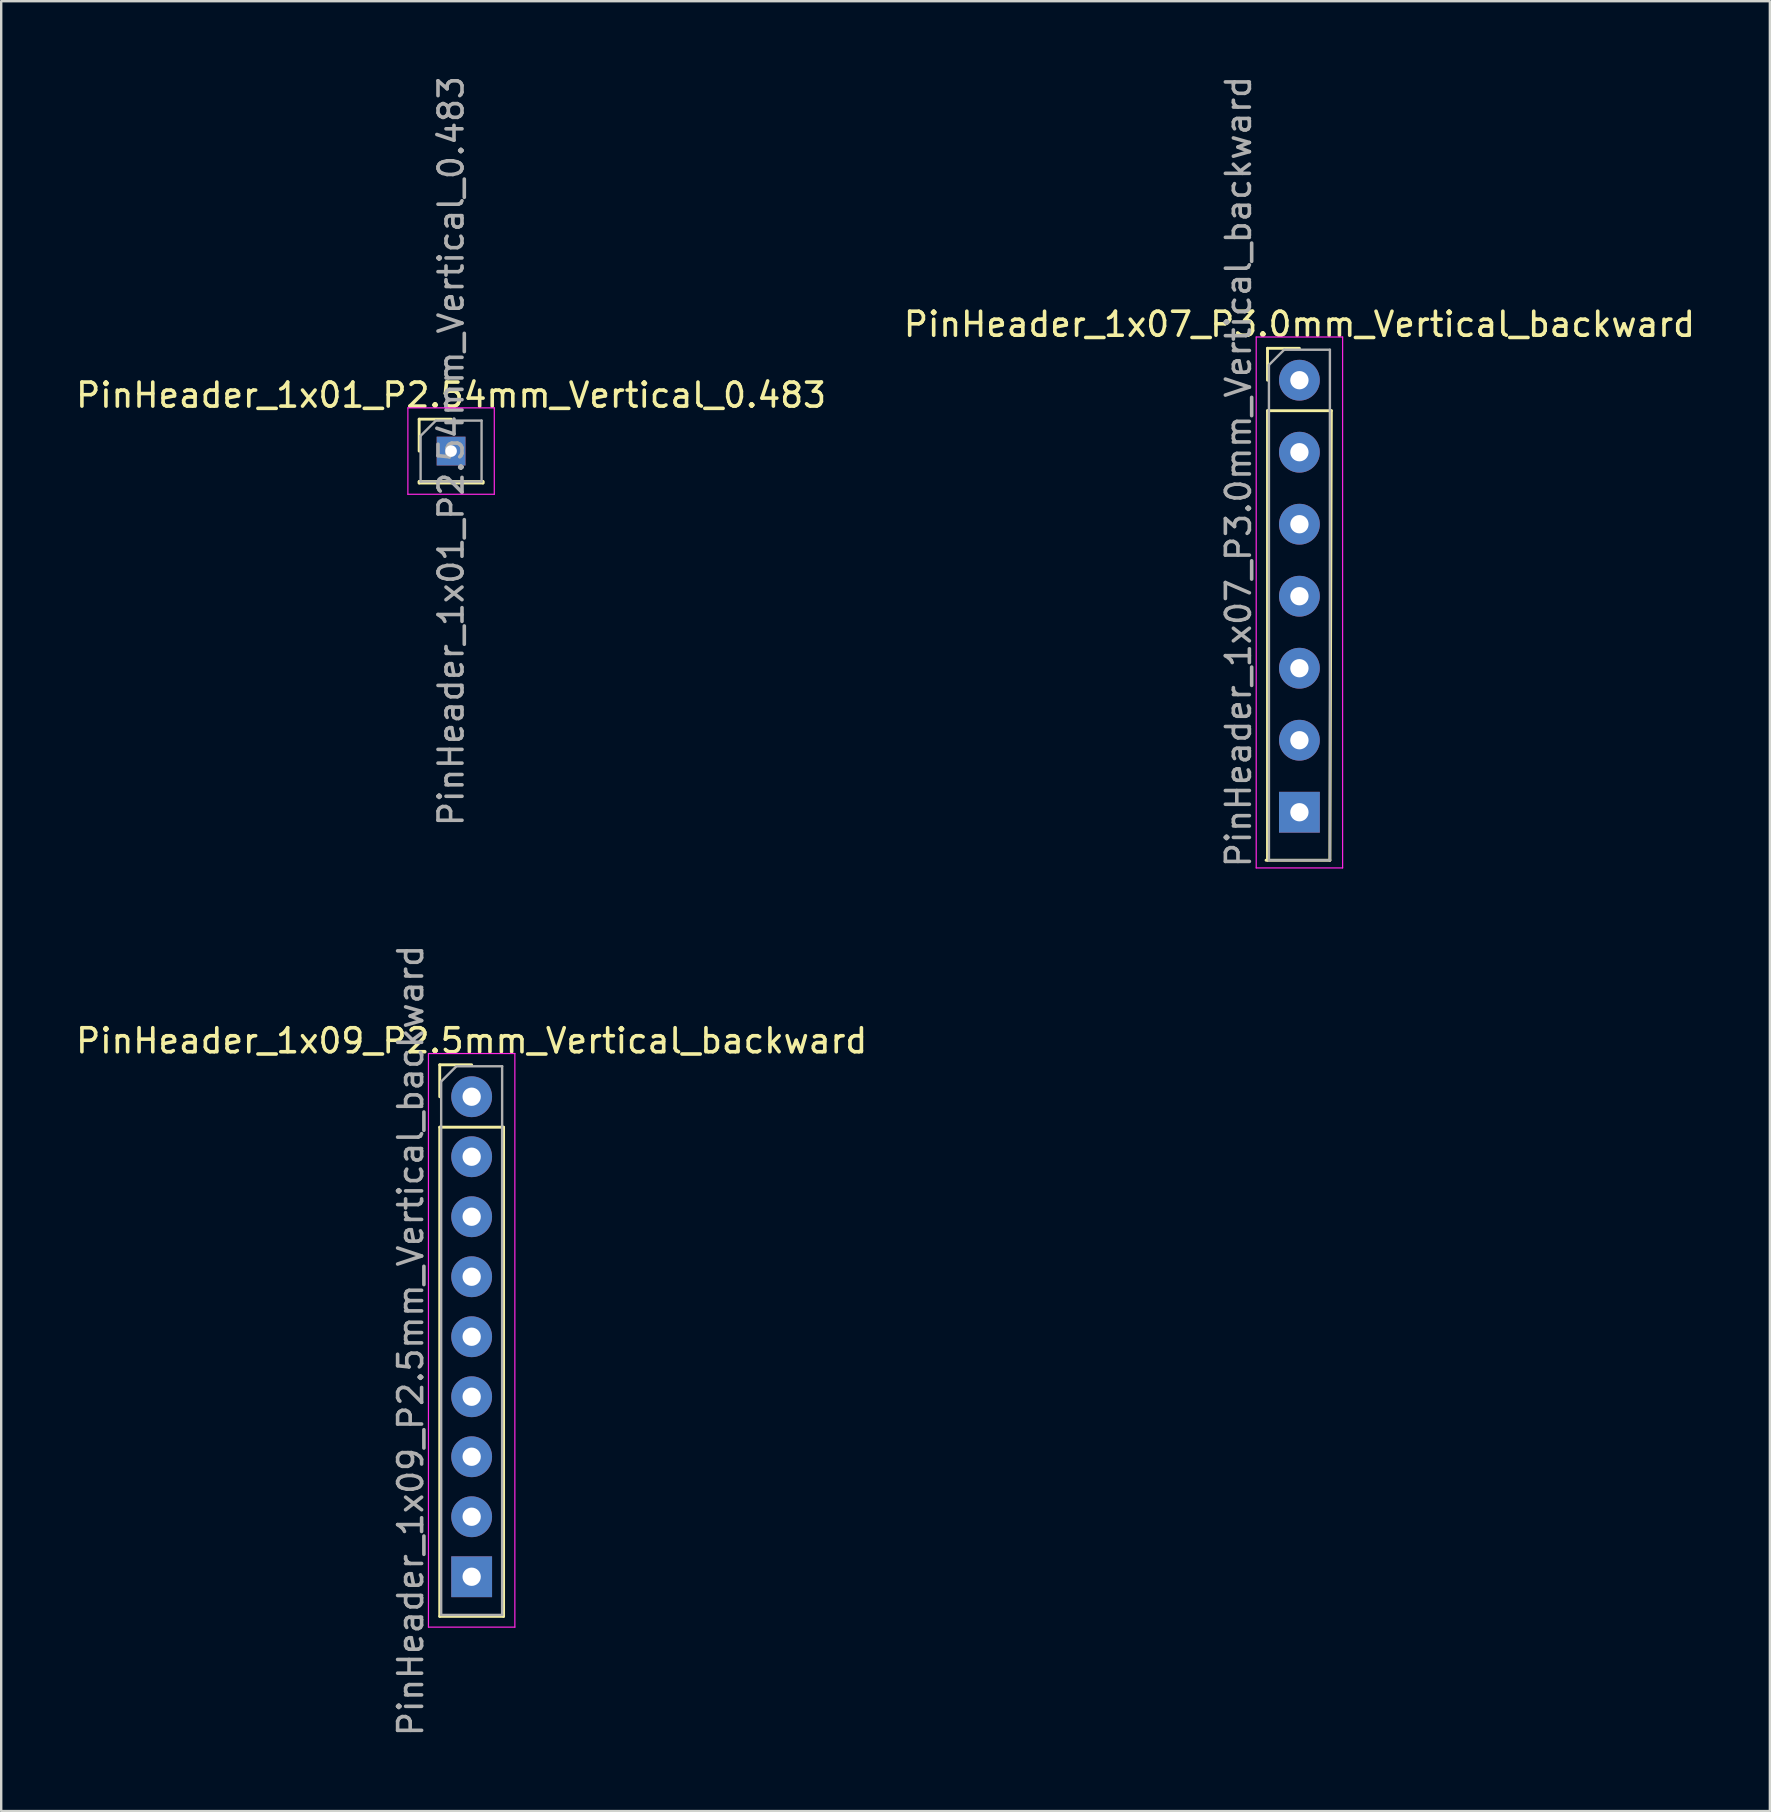
<source format=kicad_pcb>
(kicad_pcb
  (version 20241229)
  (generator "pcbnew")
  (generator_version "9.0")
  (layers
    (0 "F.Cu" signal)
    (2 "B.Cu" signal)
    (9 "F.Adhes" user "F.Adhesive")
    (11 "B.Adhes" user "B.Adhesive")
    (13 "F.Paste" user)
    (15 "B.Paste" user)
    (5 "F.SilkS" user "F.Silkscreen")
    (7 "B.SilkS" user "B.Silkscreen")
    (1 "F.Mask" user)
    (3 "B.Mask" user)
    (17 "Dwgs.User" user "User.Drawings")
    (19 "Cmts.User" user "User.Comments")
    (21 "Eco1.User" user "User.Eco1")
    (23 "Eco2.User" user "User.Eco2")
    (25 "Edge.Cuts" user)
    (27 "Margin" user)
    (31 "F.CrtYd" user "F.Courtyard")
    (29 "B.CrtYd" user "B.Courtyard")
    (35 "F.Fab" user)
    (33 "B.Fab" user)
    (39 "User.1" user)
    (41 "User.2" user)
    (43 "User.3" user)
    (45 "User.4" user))
  (footprint "PinHeader_1x01_P2.54mm_Vertical_0.483"
    (layer "F.Cu")
    (at 15.744 15.744)
    (property "Reference" "PinHeader_1x01_P2.54mm_Vertical_0.483" (at 0 -2.33 0) (layer "F.SilkS") (effects (font (size 1 1) (thickness 0.15))))
    (attr through_hole)
    (fp_line (start -1.33 -1.33) (end 0 -1.33) (stroke (width 0.12) (type solid)) (layer "F.SilkS"))
    (fp_line (start -1.33 0) (end -1.33 -1.33) (stroke (width 0.12) (type solid)) (layer "F.SilkS"))
    (fp_line (start -1.33 1.27) (end -1.33 1.33) (stroke (width 0.12) (type solid)) (layer "F.SilkS"))
    (fp_line (start -1.33 1.27) (end 1.33 1.27) (stroke (width 0.12) (type solid)) (layer "F.SilkS"))
    (fp_line (start -1.33 1.33) (end 1.33 1.33) (stroke (width 0.12) (type solid)) (layer "F.SilkS"))
    (fp_line (start 1.33 1.27) (end 1.33 1.33) (stroke (width 0.12) (type solid)) (layer "F.SilkS"))
    (fp_line (start -1.8 -1.8) (end -1.8 1.8) (stroke (width 0.05) (type solid)) (layer "F.CrtYd"))
    (fp_line (start -1.8 1.8) (end 1.8 1.8) (stroke (width 0.05) (type solid)) (layer "F.CrtYd"))
    (fp_line (start 1.8 -1.8) (end -1.8 -1.8) (stroke (width 0.05) (type solid)) (layer "F.CrtYd"))
    (fp_line (start 1.8 1.8) (end 1.8 -1.8) (stroke (width 0.05) (type solid)) (layer "F.CrtYd"))
    (fp_line (start -1.27 -0.635) (end -0.635 -1.27) (stroke (width 0.1) (type solid)) (layer "F.Fab"))
    (fp_line (start -1.27 1.27) (end -1.27 -0.635) (stroke (width 0.1) (type solid)) (layer "F.Fab"))
    (fp_line (start -0.635 -1.27) (end 1.27 -1.27) (stroke (width 0.1) (type solid)) (layer "F.Fab"))
    (fp_line (start 1.27 -1.27) (end 1.27 1.27) (stroke (width 0.1) (type solid)) (layer "F.Fab"))
    (fp_line (start 1.27 1.27) (end -1.27 1.27) (stroke (width 0.1) (type solid)) (layer "F.Fab"))
    (fp_text user "${REFERENCE}" (at 0 0 90) (layer "F.Fab") (effects (font (size 1 1) (thickness 0.15))))
    (pad "1" thru_hole rect (at 0 0) (size 1.2 1.2) (drill 0.483) (layers "*.Cu" "*.Mask")))
  (footprint "PinHeader_1x07_P3.0mm_Vertical_backward"
    (layer "F.Cu")
    (at 51.089 12.791)
    (property "Reference" "PinHeader_1x07_P3.0mm_Vertical_backward" (at 0 -2.33 0) (layer "F.SilkS") (effects (font (size 1 1) (thickness 0.15))))
    (attr through_hole)
    (fp_line (start -1.39 20) (end 1.27 20) (stroke (width 0.12) (type solid)) (layer "F.SilkS"))
    (fp_line (start -1.33 -1.33) (end 0 -1.33) (stroke (width 0.12) (type solid)) (layer "F.SilkS"))
    (fp_line (start -1.33 0) (end -1.33 -1.33) (stroke (width 0.12) (type solid)) (layer "F.SilkS"))
    (fp_line (start -1.33 1.27) (end -1.33 20) (stroke (width 0.12) (type solid)) (layer "F.SilkS"))
    (fp_line (start -1.33 1.27) (end 1.33 1.27) (stroke (width 0.12) (type solid)) (layer "F.SilkS"))
    (fp_line (start 1.33 1.27) (end 1.27 20) (stroke (width 0.12) (type solid)) (layer "F.SilkS"))
    (fp_line (start -1.8 -1.8) (end -1.8 20.32) (stroke (width 0.05) (type solid)) (layer "F.CrtYd"))
    (fp_line (start -1.8 20.32) (end 1.8 20.32) (stroke (width 0.05) (type solid)) (layer "F.CrtYd"))
    (fp_line (start 1.8 -1.8) (end -1.8 -1.8) (stroke (width 0.05) (type solid)) (layer "F.CrtYd"))
    (fp_line (start 1.8 20.32) (end 1.8 -1.8) (stroke (width 0.05) (type solid)) (layer "F.CrtYd"))
    (fp_line (start -1.27 -0.635) (end -0.635 -1.27) (stroke (width 0.1) (type solid)) (layer "F.Fab"))
    (fp_line (start -1.27 20) (end -1.27 -0.635) (stroke (width 0.1) (type solid)) (layer "F.Fab"))
    (fp_line (start -0.635 -1.27) (end 1.27 -1.27) (stroke (width 0.1) (type solid)) (layer "F.Fab"))
    (fp_line (start 1.27 -1.27) (end 1.27 20) (stroke (width 0.1) (type solid)) (layer "F.Fab"))
    (fp_line (start 1.27 20) (end -1.27 20) (stroke (width 0.1) (type solid)) (layer "F.Fab"))
    (fp_text user "${REFERENCE}" (at -2.54 3.81 90) (layer "F.Fab") (effects (font (size 1 1) (thickness 0.15))))
    (pad "1" thru_hole oval (at 0 0) (size 1.7 1.7) (drill 0.762) (layers "*.Cu" "*.Mask"))
    (pad "2" thru_hole oval (at 0 3) (size 1.7 1.7) (drill 0.762) (layers "*.Cu" "*.Mask"))
    (pad "3" thru_hole oval (at 0 6) (size 1.7 1.7) (drill 0.762) (layers "*.Cu" "*.Mask"))
    (pad "4" thru_hole oval (at 0 9) (size 1.7 1.7) (drill 0.762) (layers "*.Cu" "*.Mask"))
    (pad "5" thru_hole oval (at 0 12) (size 1.7 1.7) (drill 0.762) (layers "*.Cu" "*.Mask"))
    (pad "6" thru_hole oval (at 0 15) (size 1.7 1.7) (drill 0.762) (layers "*.Cu" "*.Mask"))
    (pad "7" thru_hole rect (at 0 18) (size 1.7 1.7) (drill 0.762) (layers "*.Cu" "*.Mask")))
  (footprint "PinHeader_1x09_P2.5mm_Vertical_backward"
    (layer "F.Cu")
    (at 16.601 42.644)
    (property "Reference" "PinHeader_1x09_P2.5mm_Vertical_backward" (at 0 -2.33 0) (layer "F.SilkS") (effects (font (size 1 1) (thickness 0.15))))
    (attr through_hole)
    (fp_line (start -1.33 -1.33) (end 0 -1.33) (stroke (width 0.12) (type solid)) (layer "F.SilkS"))
    (fp_line (start -1.33 0) (end -1.33 -1.33) (stroke (width 0.12) (type solid)) (layer "F.SilkS"))
    (fp_line (start -1.33 1.27) (end -1.33 21.65) (stroke (width 0.12) (type solid)) (layer "F.SilkS"))
    (fp_line (start -1.33 1.27) (end 1.33 1.27) (stroke (width 0.12) (type solid)) (layer "F.SilkS"))
    (fp_line (start -1.33 21.65) (end 1.33 21.65) (stroke (width 0.12) (type solid)) (layer "F.SilkS"))
    (fp_line (start 1.33 1.27) (end 1.33 21.65) (stroke (width 0.12) (type solid)) (layer "F.SilkS"))
    (fp_line (start -1.8 -1.8) (end -1.8 22.1) (stroke (width 0.05) (type solid)) (layer "F.CrtYd"))
    (fp_line (start -1.8 22.1) (end 1.8 22.1) (stroke (width 0.05) (type solid)) (layer "F.CrtYd"))
    (fp_line (start 1.8 -1.8) (end -1.8 -1.8) (stroke (width 0.05) (type solid)) (layer "F.CrtYd"))
    (fp_line (start 1.8 22.1) (end 1.8 -1.8) (stroke (width 0.05) (type solid)) (layer "F.CrtYd"))
    (fp_line (start -1.27 -0.635) (end -0.635 -1.27) (stroke (width 0.1) (type solid)) (layer "F.Fab"))
    (fp_line (start -1.27 21.59) (end -1.27 -0.635) (stroke (width 0.1) (type solid)) (layer "F.Fab"))
    (fp_line (start -0.635 -1.27) (end 1.27 -1.27) (stroke (width 0.1) (type solid)) (layer "F.Fab"))
    (fp_line (start 1.27 -1.27) (end 1.27 21.59) (stroke (width 0.1) (type solid)) (layer "F.Fab"))
    (fp_line (start 1.27 21.59) (end -1.27 21.59) (stroke (width 0.1) (type solid)) (layer "F.Fab"))
    (fp_text user "${REFERENCE}" (at -2.54 10.16 90) (layer "F.Fab") (effects (font (size 1 1) (thickness 0.15))))
    (pad "1" thru_hole oval (at 0 0) (size 1.7 1.7) (drill 0.762) (layers "*.Cu" "*.Mask"))
    (pad "2" thru_hole oval (at 0 2.5) (size 1.7 1.7) (drill 0.762) (layers "*.Cu" "*.Mask"))
    (pad "3" thru_hole oval (at 0 5) (size 1.7 1.7) (drill 0.762) (layers "*.Cu" "*.Mask"))
    (pad "4" thru_hole oval (at 0 7.5) (size 1.7 1.7) (drill 0.762) (layers "*.Cu" "*.Mask"))
    (pad "5" thru_hole oval (at 0 10) (size 1.7 1.7) (drill 0.762) (layers "*.Cu" "*.Mask"))
    (pad "6" thru_hole oval (at 0 12.5) (size 1.7 1.7) (drill 0.762) (layers "*.Cu" "*.Mask"))
    (pad "7" thru_hole oval (at 0 15) (size 1.7 1.7) (drill 0.762) (layers "*.Cu" "*.Mask"))
    (pad "8" thru_hole oval (at 0 17.5) (size 1.7 1.7) (drill 0.762) (layers "*.Cu" "*.Mask"))
    (pad "9" thru_hole rect (at 0 20) (size 1.7 1.7) (drill 0.762) (layers "*.Cu" "*.Mask")))
  (gr_rect
    (start -3 -3)
    (end 70.69 72.405)
    (stroke (width 0.1) (type default))
    (fill no)
    (layer "Edge.Cuts")))
</source>
